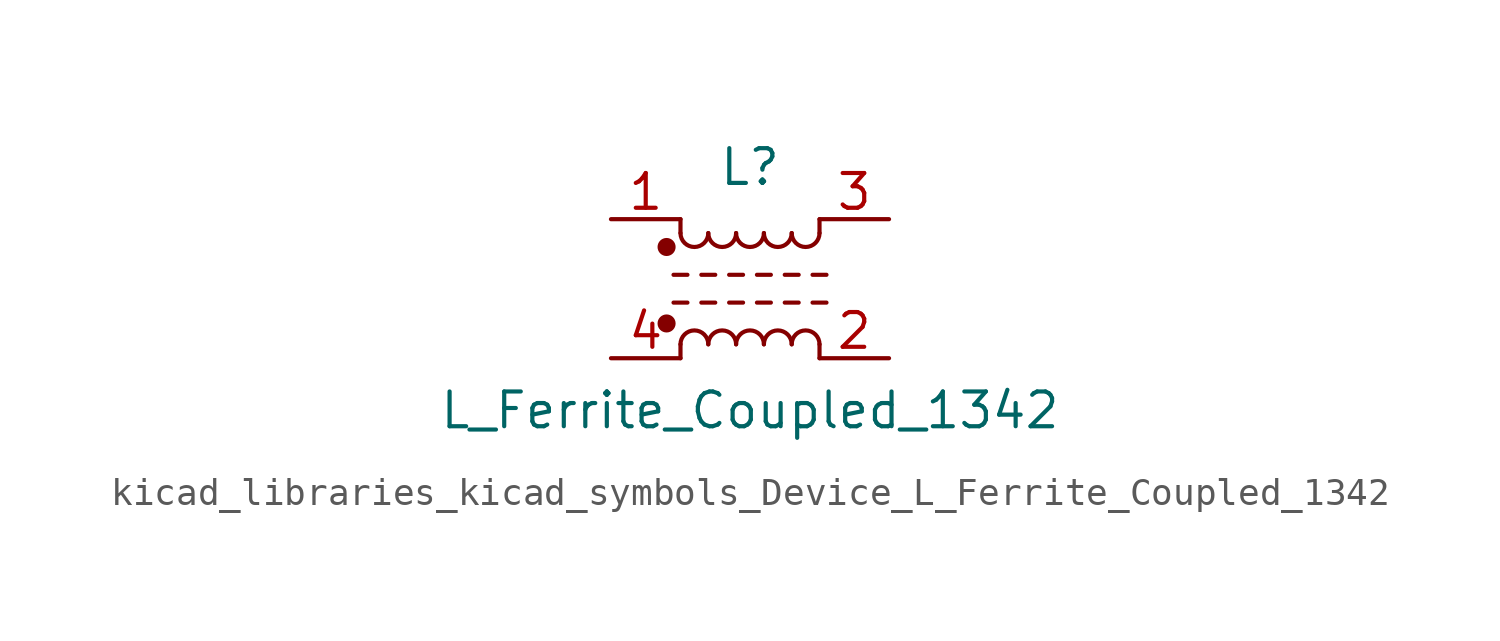
<source format=kicad_sym>
(kicad_symbol_lib
  (version 20220914)
  (generator kicad_symbol_editor)
  (symbol "kicad_libraries_kicad_symbols_Device_L_Ferrite_Coupled_1342"
    (pin_names
      (offset 0.254) hide)
    (property "Reference" "L"
      (at 0 4.445 0)
      (effects (font (size 1.27 1.27))))
    (property "Value" "L_Ferrite_Coupled_1342"
      (at 0 -4.445 0)
      (effects (font (size 1.27 1.27))))
    (symbol "kicad_libraries_kicad_symbols_Device_L_Ferrite_Coupled_1342_0_1"
      (circle (center -3.048 -1.27) (radius 0.254) (stroke (width 0) (type default)) (fill (type outline)))
      (circle (center -3.048 1.524) (radius 0.254) (stroke (width 0) (type default)) (fill (type outline)))
      (arc (start -2.54 2.032) (mid -2.032 1.5262) (end -1.524 2.032) (stroke (width 0) (type default)) (fill (type none)))
      (arc (start -1.524 -2.032) (mid -2.032 -1.5262) (end -2.54 -2.032) (stroke (width 0) (type default)) (fill (type none)))
      (arc (start -1.524 2.032) (mid -1.016 1.5262) (end -0.508 2.032) (stroke (width 0) (type default)) (fill (type none)))
      (arc (start -0.508 -2.032) (mid -1.016 -1.5262) (end -1.524 -2.032) (stroke (width 0) (type default)) (fill (type none)))
      (arc (start -0.508 2.032) (mid 0 1.5262) (end 0.508 2.032) (stroke (width 0) (type default)) (fill (type none)))
      (polyline (pts (xy -2.794 -0.508) (xy -2.286 -0.508)) (stroke (width 0) (type default)) (fill (type none)))
      (polyline (pts (xy -2.794 0.508) (xy -2.286 0.508)) (stroke (width 0) (type default)) (fill (type none)))
      (polyline (pts (xy -2.54 -2.032) (xy -2.54 -2.54)) (stroke (width 0) (type default)) (fill (type none)))
      (polyline (pts (xy -2.54 2.032) (xy -2.54 2.54)) (stroke (width 0) (type default)) (fill (type none)))
      (polyline (pts (xy -1.778 -0.508) (xy -1.27 -0.508)) (stroke (width 0) (type default)) (fill (type none)))
      (polyline (pts (xy -1.778 0.508) (xy -1.27 0.508)) (stroke (width 0) (type default)) (fill (type none)))
      (polyline (pts (xy -0.762 -0.508) (xy -0.254 -0.508)) (stroke (width 0) (type default)) (fill (type none)))
      (polyline (pts (xy -0.762 0.508) (xy -0.254 0.508)) (stroke (width 0) (type default)) (fill (type none)))
      (polyline (pts (xy 0.254 -0.508) (xy 0.762 -0.508)) (stroke (width 0) (type default)) (fill (type none)))
      (polyline (pts (xy 0.254 0.508) (xy 0.762 0.508)) (stroke (width 0) (type default)) (fill (type none)))
      (polyline (pts (xy 1.27 -0.508) (xy 1.778 -0.508)) (stroke (width 0) (type default)) (fill (type none)))
      (polyline (pts (xy 1.27 0.508) (xy 1.778 0.508)) (stroke (width 0) (type default)) (fill (type none)))
      (polyline (pts (xy 2.286 -0.508) (xy 2.794 -0.508)) (stroke (width 0) (type default)) (fill (type none)))
      (polyline (pts (xy 2.286 0.508) (xy 2.794 0.508)) (stroke (width 0) (type default)) (fill (type none)))
      (polyline (pts (xy 2.54 -2.032) (xy 2.54 -2.54)) (stroke (width 0) (type default)) (fill (type none)))
      (polyline (pts (xy 2.54 2.54) (xy 2.54 2.032)) (stroke (width 0) (type default)) (fill (type none)))
      (arc (start 0.508 -2.032) (mid 0 -1.5262) (end -0.508 -2.032) (stroke (width 0) (type default)) (fill (type none)))
      (arc (start 0.508 2.032) (mid 1.016 1.5262) (end 1.524 2.032) (stroke (width 0) (type default)) (fill (type none)))
      (arc (start 1.524 -2.032) (mid 1.016 -1.5262) (end 0.508 -2.032) (stroke (width 0) (type default)) (fill (type none)))
      (arc (start 1.524 2.032) (mid 2.032 1.5262) (end 2.54 2.032) (stroke (width 0) (type default)) (fill (type none)))
      (arc (start 2.54 -2.032) (mid 2.032 -1.5262) (end 1.524 -2.032) (stroke (width 0) (type default)) (fill (type none))))
    (symbol "kicad_libraries_kicad_symbols_Device_L_Ferrite_Coupled_1342_1_1"
      (pin passive line (at -5.08 2.54 0) (length 2.54) (name "1" (effects (font (size 1.27 1.27)))) (number "1" (effects (font (size 1.27 1.27)))))
      (pin passive line (at 5.08 -2.54 180) (length 2.54) (name "2" (effects (font (size 1.27 1.27)))) (number "2" (effects (font (size 1.27 1.27)))))
      (pin passive line (at 5.08 2.54 180) (length 2.54) (name "3" (effects (font (size 1.27 1.27)))) (number "3" (effects (font (size 1.27 1.27)))))
      (pin passive line (at -5.08 -2.54 0) (length 2.54) (name "4" (effects (font (size 1.27 1.27)))) (number "4" (effects (font (size 1.27 1.27))))))))
</source>
